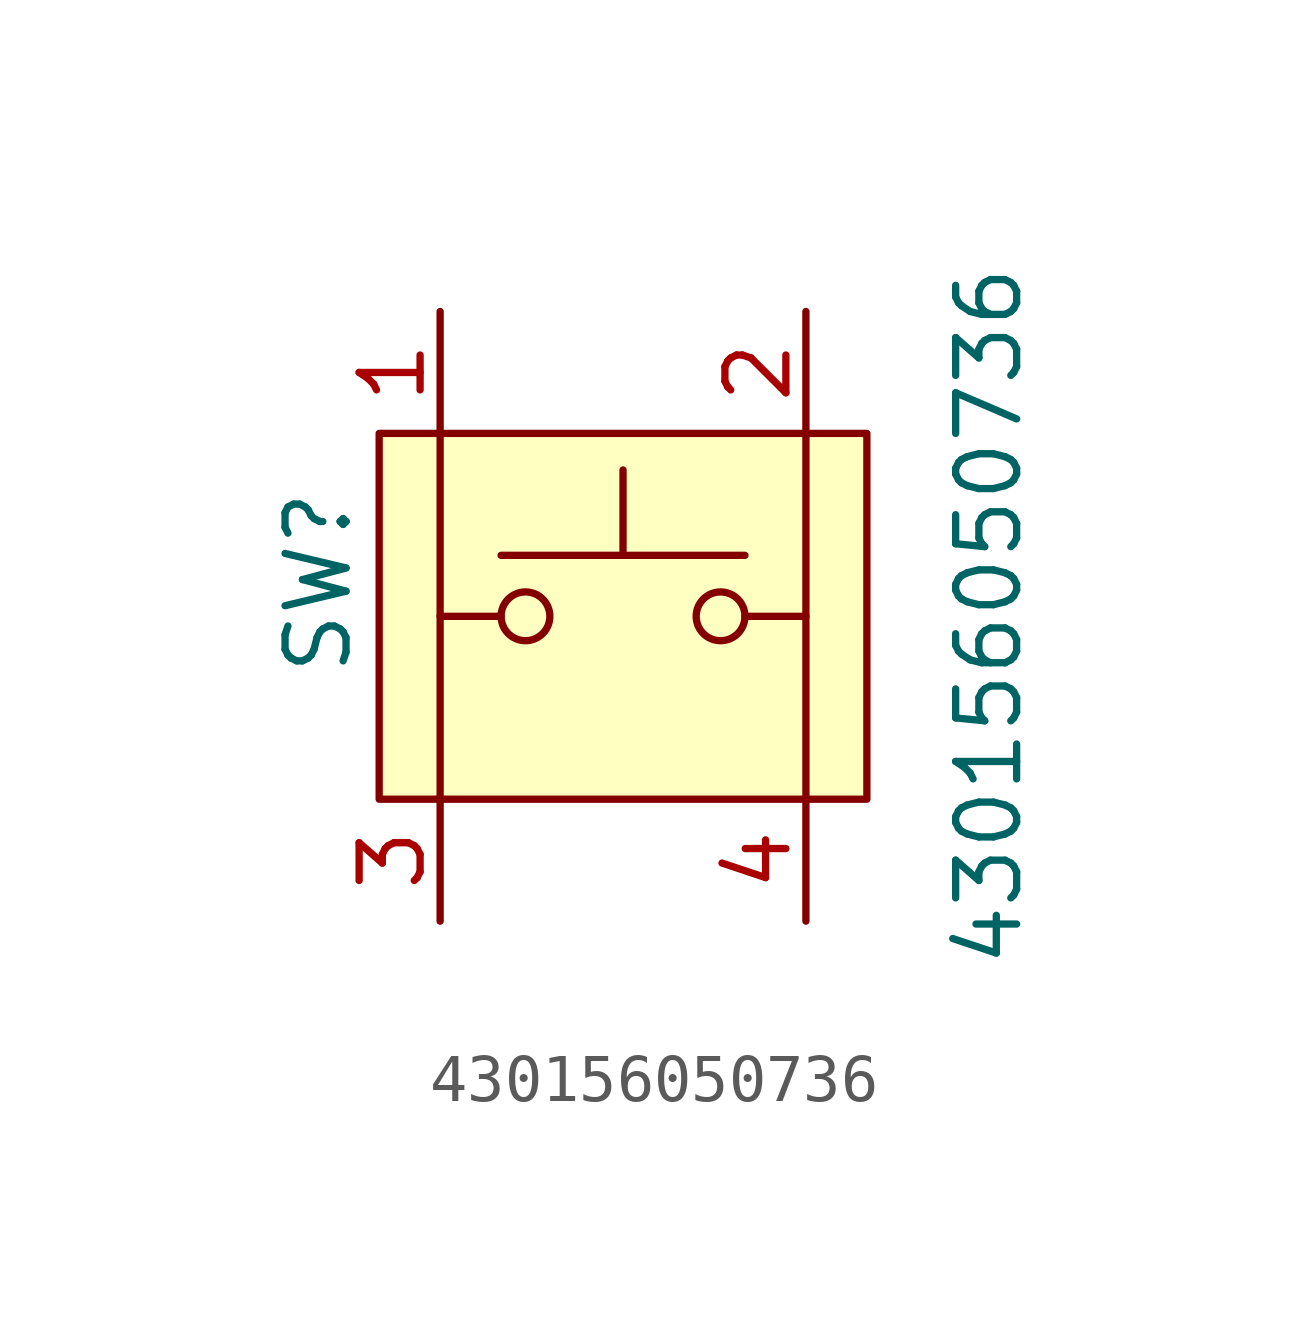
<source format=kicad_sym>
(kicad_symbol_lib
  (version 20220914)
  (generator kicad_symbol_editor)
  (symbol "430156050736"
    (pin_names
      (offset 1.016) hide)
    (property "Reference" "SW"
      (at -6.35 -1.27 90)
      (effects (font (size 1.27 1.27)) (justify left)))
    (property "Value" "430156050736"
      (at 7.62 0 90)
      (effects (font (size 1.27 1.27))))
    (symbol "430156050736_0_1"
      (circle (center -2.032 0) (radius 0.508) (stroke (width 0) (type default)) (fill (type none)))
      (polyline (pts (xy -3.81 3.81) (xy -3.81 -3.81)) (stroke (width 0) (type default)) (fill (type none)))
      (polyline (pts (xy -2.54 0) (xy -3.81 0)) (stroke (width 0) (type default)) (fill (type none)))
      (polyline (pts (xy 0 1.27) (xy 0 3.048)) (stroke (width 0) (type default)) (fill (type none)))
      (polyline (pts (xy 2.54 1.27) (xy -2.54 1.27)) (stroke (width 0) (type default)) (fill (type none)))
      (polyline (pts (xy 3.81 0) (xy 2.54 0)) (stroke (width 0) (type default)) (fill (type none)))
      (polyline (pts (xy 3.81 3.81) (xy 3.81 -3.81)) (stroke (width 0) (type default)) (fill (type none)))
      (circle (center 2.032 0) (radius 0.508) (stroke (width 0) (type default)) (fill (type none)))
      (pin passive line (at -3.81 6.35 270) (length 2.54) (name "1" (effects (font (size 1.27 1.27)))) (number "1" (effects (font (size 1.27 1.27))))))
    (symbol "430156050736_1_1"
      (rectangle (start -5.08 3.81) (end 5.08 -3.81) (stroke (width 0) (type default)) (fill (type background)))
      (pin passive line (at 3.81 6.35 270) (length 2.54) (name "2" (effects (font (size 1.27 1.27)))) (number "2" (effects (font (size 1.27 1.27)))))
      (pin passive line (at -3.81 -6.35 90) (length 2.54) (name "3" (effects (font (size 1.27 1.27)))) (number "3" (effects (font (size 1.27 1.27)))))
      (pin passive line (at 3.81 -6.35 90) (length 2.54) (name "4" (effects (font (size 1.27 1.27)))) (number "4" (effects (font (size 1.27 1.27))))))))
</source>
